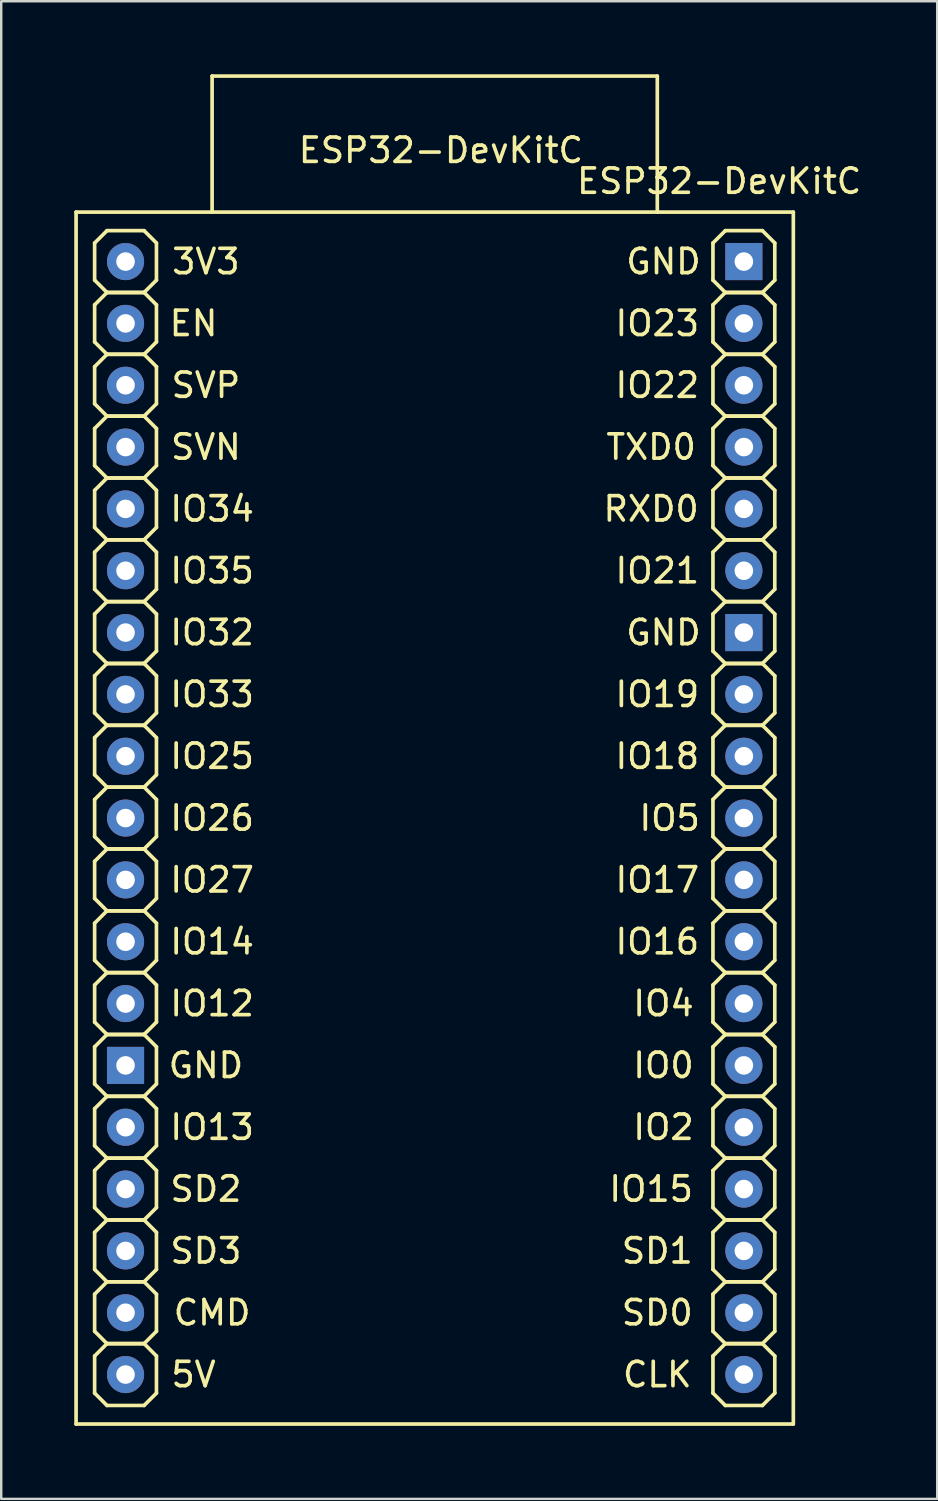
<source format=kicad_pcb>
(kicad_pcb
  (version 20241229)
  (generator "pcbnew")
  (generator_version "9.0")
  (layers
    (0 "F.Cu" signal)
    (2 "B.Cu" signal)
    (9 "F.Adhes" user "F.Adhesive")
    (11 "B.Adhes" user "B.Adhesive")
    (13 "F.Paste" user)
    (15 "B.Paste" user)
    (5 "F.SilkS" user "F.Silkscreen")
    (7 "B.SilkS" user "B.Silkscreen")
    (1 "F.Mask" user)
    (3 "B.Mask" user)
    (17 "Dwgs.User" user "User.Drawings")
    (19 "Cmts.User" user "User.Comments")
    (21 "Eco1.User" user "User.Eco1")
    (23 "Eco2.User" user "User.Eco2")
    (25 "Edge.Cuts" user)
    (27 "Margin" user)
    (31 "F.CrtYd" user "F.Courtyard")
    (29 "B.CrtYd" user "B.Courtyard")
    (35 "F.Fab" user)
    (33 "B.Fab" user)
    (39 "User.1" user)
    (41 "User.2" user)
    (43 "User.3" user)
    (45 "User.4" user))
  (footprint "ESP32-DevKitC"
    (layer "F.Cu")
    (at 14.807 30.555)
    (property "Reference" "ESP32-DevKitC" (at 11.684 -26.162 0) (layer "F.SilkS") (effects (font (size 1 1) (thickness 0.15))))
    (attr through_hole)
    (fp_line (start -14.732 -24.892) (end -14.732 24.892) (stroke (width 0.15) (type solid)) (layer "F.SilkS"))
    (fp_line (start -14.732 24.892) (end 14.732 24.892) (stroke (width 0.15) (type solid)) (layer "F.SilkS"))
    (fp_line (start -13.97 -23.622) (end -13.462 -24.13) (stroke (width 0.15) (type solid)) (layer "F.SilkS"))
    (fp_line (start -13.97 -22.098) (end -13.97 -23.622) (stroke (width 0.15) (type solid)) (layer "F.SilkS"))
    (fp_line (start -13.97 -21.082) (end -13.462 -21.59) (stroke (width 0.15) (type solid)) (layer "F.SilkS"))
    (fp_line (start -13.97 -19.558) (end -13.97 -21.082) (stroke (width 0.15) (type solid)) (layer "F.SilkS"))
    (fp_line (start -13.97 -18.542) (end -13.462 -19.05) (stroke (width 0.15) (type solid)) (layer "F.SilkS"))
    (fp_line (start -13.97 -17.018) (end -13.97 -18.542) (stroke (width 0.15) (type solid)) (layer "F.SilkS"))
    (fp_line (start -13.97 -16.002) (end -13.462 -16.51) (stroke (width 0.15) (type solid)) (layer "F.SilkS"))
    (fp_line (start -13.97 -14.478) (end -13.97 -16.002) (stroke (width 0.15) (type solid)) (layer "F.SilkS"))
    (fp_line (start -13.97 -13.462) (end -13.462 -13.97) (stroke (width 0.15) (type solid)) (layer "F.SilkS"))
    (fp_line (start -13.97 -11.938) (end -13.97 -13.462) (stroke (width 0.15) (type solid)) (layer "F.SilkS"))
    (fp_line (start -13.97 -10.922) (end -13.462 -11.43) (stroke (width 0.15) (type solid)) (layer "F.SilkS"))
    (fp_line (start -13.97 -9.398) (end -13.97 -10.922) (stroke (width 0.15) (type solid)) (layer "F.SilkS"))
    (fp_line (start -13.97 -8.382) (end -13.462 -8.89) (stroke (width 0.15) (type solid)) (layer "F.SilkS"))
    (fp_line (start -13.97 -6.858) (end -13.97 -8.382) (stroke (width 0.15) (type solid)) (layer "F.SilkS"))
    (fp_line (start -13.97 -5.842) (end -13.462 -6.35) (stroke (width 0.15) (type solid)) (layer "F.SilkS"))
    (fp_line (start -13.97 -4.318) (end -13.97 -5.842) (stroke (width 0.15) (type solid)) (layer "F.SilkS"))
    (fp_line (start -13.97 -3.302) (end -13.462 -3.81) (stroke (width 0.15) (type solid)) (layer "F.SilkS"))
    (fp_line (start -13.97 -1.778) (end -13.97 -3.302) (stroke (width 0.15) (type solid)) (layer "F.SilkS"))
    (fp_line (start -13.97 -0.762) (end -13.462 -1.27) (stroke (width 0.15) (type solid)) (layer "F.SilkS"))
    (fp_line (start -13.97 0.762) (end -13.97 -0.762) (stroke (width 0.15) (type solid)) (layer "F.SilkS"))
    (fp_line (start -13.97 1.778) (end -13.462 1.27) (stroke (width 0.15) (type solid)) (layer "F.SilkS"))
    (fp_line (start -13.97 3.302) (end -13.97 1.778) (stroke (width 0.15) (type solid)) (layer "F.SilkS"))
    (fp_line (start -13.97 4.318) (end -13.462 3.81) (stroke (width 0.15) (type solid)) (layer "F.SilkS"))
    (fp_line (start -13.97 5.842) (end -13.97 4.318) (stroke (width 0.15) (type solid)) (layer "F.SilkS"))
    (fp_line (start -13.97 6.858) (end -13.462 6.35) (stroke (width 0.15) (type solid)) (layer "F.SilkS"))
    (fp_line (start -13.97 8.382) (end -13.97 6.858) (stroke (width 0.15) (type solid)) (layer "F.SilkS"))
    (fp_line (start -13.97 9.398) (end -13.462 8.89) (stroke (width 0.15) (type solid)) (layer "F.SilkS"))
    (fp_line (start -13.97 10.922) (end -13.97 9.398) (stroke (width 0.15) (type solid)) (layer "F.SilkS"))
    (fp_line (start -13.97 11.938) (end -13.462 11.43) (stroke (width 0.15) (type solid)) (layer "F.SilkS"))
    (fp_line (start -13.97 13.462) (end -13.97 11.938) (stroke (width 0.15) (type solid)) (layer "F.SilkS"))
    (fp_line (start -13.97 14.478) (end -13.462 13.97) (stroke (width 0.15) (type solid)) (layer "F.SilkS"))
    (fp_line (start -13.97 16.002) (end -13.97 14.478) (stroke (width 0.15) (type solid)) (layer "F.SilkS"))
    (fp_line (start -13.97 17.018) (end -13.462 16.51) (stroke (width 0.15) (type solid)) (layer "F.SilkS"))
    (fp_line (start -13.97 18.542) (end -13.97 17.018) (stroke (width 0.15) (type solid)) (layer "F.SilkS"))
    (fp_line (start -13.97 19.558) (end -13.462 19.05) (stroke (width 0.15) (type solid)) (layer "F.SilkS"))
    (fp_line (start -13.97 21.082) (end -13.97 19.558) (stroke (width 0.15) (type solid)) (layer "F.SilkS"))
    (fp_line (start -13.97 22.098) (end -13.462 21.59) (stroke (width 0.15) (type solid)) (layer "F.SilkS"))
    (fp_line (start -13.97 23.622) (end -13.97 22.098) (stroke (width 0.15) (type solid)) (layer "F.SilkS"))
    (fp_line (start -13.462 -24.13) (end -11.938 -24.13) (stroke (width 0.15) (type solid)) (layer "F.SilkS"))
    (fp_line (start -13.462 -21.59) (end -13.97 -22.098) (stroke (width 0.15) (type solid)) (layer "F.SilkS"))
    (fp_line (start -13.462 -21.59) (end -11.938 -21.59) (stroke (width 0.15) (type solid)) (layer "F.SilkS"))
    (fp_line (start -13.462 -19.05) (end -13.97 -19.558) (stroke (width 0.15) (type solid)) (layer "F.SilkS"))
    (fp_line (start -13.462 -19.05) (end -11.938 -19.05) (stroke (width 0.15) (type solid)) (layer "F.SilkS"))
    (fp_line (start -13.462 -16.51) (end -13.97 -17.018) (stroke (width 0.15) (type solid)) (layer "F.SilkS"))
    (fp_line (start -13.462 -16.51) (end -11.938 -16.51) (stroke (width 0.15) (type solid)) (layer "F.SilkS"))
    (fp_line (start -13.462 -13.97) (end -13.97 -14.478) (stroke (width 0.15) (type solid)) (layer "F.SilkS"))
    (fp_line (start -13.462 -13.97) (end -11.938 -13.97) (stroke (width 0.15) (type solid)) (layer "F.SilkS"))
    (fp_line (start -13.462 -11.43) (end -13.97 -11.938) (stroke (width 0.15) (type solid)) (layer "F.SilkS"))
    (fp_line (start -13.462 -11.43) (end -11.938 -11.43) (stroke (width 0.15) (type solid)) (layer "F.SilkS"))
    (fp_line (start -13.462 -8.89) (end -13.97 -9.398) (stroke (width 0.15) (type solid)) (layer "F.SilkS"))
    (fp_line (start -13.462 -8.89) (end -11.938 -8.89) (stroke (width 0.15) (type solid)) (layer "F.SilkS"))
    (fp_line (start -13.462 -6.35) (end -13.97 -6.858) (stroke (width 0.15) (type solid)) (layer "F.SilkS"))
    (fp_line (start -13.462 -6.35) (end -11.938 -6.35) (stroke (width 0.15) (type solid)) (layer "F.SilkS"))
    (fp_line (start -13.462 -3.81) (end -13.97 -4.318) (stroke (width 0.15) (type solid)) (layer "F.SilkS"))
    (fp_line (start -13.462 -3.81) (end -11.938 -3.81) (stroke (width 0.15) (type solid)) (layer "F.SilkS"))
    (fp_line (start -13.462 -1.27) (end -13.97 -1.778) (stroke (width 0.15) (type solid)) (layer "F.SilkS"))
    (fp_line (start -13.462 -1.27) (end -11.938 -1.27) (stroke (width 0.15) (type solid)) (layer "F.SilkS"))
    (fp_line (start -13.462 1.27) (end -13.97 0.762) (stroke (width 0.15) (type solid)) (layer "F.SilkS"))
    (fp_line (start -13.462 1.27) (end -11.938 1.27) (stroke (width 0.15) (type solid)) (layer "F.SilkS"))
    (fp_line (start -13.462 3.81) (end -13.97 3.302) (stroke (width 0.15) (type solid)) (layer "F.SilkS"))
    (fp_line (start -13.462 3.81) (end -11.938 3.81) (stroke (width 0.15) (type solid)) (layer "F.SilkS"))
    (fp_line (start -13.462 6.35) (end -13.97 5.842) (stroke (width 0.15) (type solid)) (layer "F.SilkS"))
    (fp_line (start -13.462 6.35) (end -11.938 6.35) (stroke (width 0.15) (type solid)) (layer "F.SilkS"))
    (fp_line (start -13.462 8.89) (end -13.97 8.382) (stroke (width 0.15) (type solid)) (layer "F.SilkS"))
    (fp_line (start -13.462 8.89) (end -11.938 8.89) (stroke (width 0.15) (type solid)) (layer "F.SilkS"))
    (fp_line (start -13.462 11.43) (end -13.97 10.922) (stroke (width 0.15) (type solid)) (layer "F.SilkS"))
    (fp_line (start -13.462 11.43) (end -11.938 11.43) (stroke (width 0.15) (type solid)) (layer "F.SilkS"))
    (fp_line (start -13.462 13.97) (end -13.97 13.462) (stroke (width 0.15) (type solid)) (layer "F.SilkS"))
    (fp_line (start -13.462 13.97) (end -11.938 13.97) (stroke (width 0.15) (type solid)) (layer "F.SilkS"))
    (fp_line (start -13.462 16.51) (end -13.97 16.002) (stroke (width 0.15) (type solid)) (layer "F.SilkS"))
    (fp_line (start -13.462 16.51) (end -11.938 16.51) (stroke (width 0.15) (type solid)) (layer "F.SilkS"))
    (fp_line (start -13.462 19.05) (end -13.97 18.542) (stroke (width 0.15) (type solid)) (layer "F.SilkS"))
    (fp_line (start -13.462 19.05) (end -11.938 19.05) (stroke (width 0.15) (type solid)) (layer "F.SilkS"))
    (fp_line (start -13.462 21.59) (end -13.97 21.082) (stroke (width 0.15) (type solid)) (layer "F.SilkS"))
    (fp_line (start -13.462 21.59) (end -11.938 21.59) (stroke (width 0.15) (type solid)) (layer "F.SilkS"))
    (fp_line (start -13.462 24.13) (end -13.97 23.622) (stroke (width 0.15) (type solid)) (layer "F.SilkS"))
    (fp_line (start -11.938 -24.13) (end -11.43 -23.622) (stroke (width 0.15) (type solid)) (layer "F.SilkS"))
    (fp_line (start -11.938 -21.59) (end -13.462 -21.59) (stroke (width 0.15) (type solid)) (layer "F.SilkS"))
    (fp_line (start -11.938 -21.59) (end -11.43 -21.082) (stroke (width 0.15) (type solid)) (layer "F.SilkS"))
    (fp_line (start -11.938 -19.05) (end -13.462 -19.05) (stroke (width 0.15) (type solid)) (layer "F.SilkS"))
    (fp_line (start -11.938 -19.05) (end -11.43 -18.542) (stroke (width 0.15) (type solid)) (layer "F.SilkS"))
    (fp_line (start -11.938 -16.51) (end -13.462 -16.51) (stroke (width 0.15) (type solid)) (layer "F.SilkS"))
    (fp_line (start -11.938 -16.51) (end -11.43 -16.002) (stroke (width 0.15) (type solid)) (layer "F.SilkS"))
    (fp_line (start -11.938 -13.97) (end -13.462 -13.97) (stroke (width 0.15) (type solid)) (layer "F.SilkS"))
    (fp_line (start -11.938 -13.97) (end -11.43 -13.462) (stroke (width 0.15) (type solid)) (layer "F.SilkS"))
    (fp_line (start -11.938 -11.43) (end -13.462 -11.43) (stroke (width 0.15) (type solid)) (layer "F.SilkS"))
    (fp_line (start -11.938 -11.43) (end -11.43 -10.922) (stroke (width 0.15) (type solid)) (layer "F.SilkS"))
    (fp_line (start -11.938 -8.89) (end -13.462 -8.89) (stroke (width 0.15) (type solid)) (layer "F.SilkS"))
    (fp_line (start -11.938 -8.89) (end -11.43 -8.382) (stroke (width 0.15) (type solid)) (layer "F.SilkS"))
    (fp_line (start -11.938 -6.35) (end -13.462 -6.35) (stroke (width 0.15) (type solid)) (layer "F.SilkS"))
    (fp_line (start -11.938 -6.35) (end -11.43 -5.842) (stroke (width 0.15) (type solid)) (layer "F.SilkS"))
    (fp_line (start -11.938 -3.81) (end -13.462 -3.81) (stroke (width 0.15) (type solid)) (layer "F.SilkS"))
    (fp_line (start -11.938 -3.81) (end -11.43 -3.302) (stroke (width 0.15) (type solid)) (layer "F.SilkS"))
    (fp_line (start -11.938 -1.27) (end -13.462 -1.27) (stroke (width 0.15) (type solid)) (layer "F.SilkS"))
    (fp_line (start -11.938 -1.27) (end -11.43 -0.762) (stroke (width 0.15) (type solid)) (layer "F.SilkS"))
    (fp_line (start -11.938 1.27) (end -13.462 1.27) (stroke (width 0.15) (type solid)) (layer "F.SilkS"))
    (fp_line (start -11.938 1.27) (end -11.43 1.778) (stroke (width 0.15) (type solid)) (layer "F.SilkS"))
    (fp_line (start -11.938 3.81) (end -13.462 3.81) (stroke (width 0.15) (type solid)) (layer "F.SilkS"))
    (fp_line (start -11.938 3.81) (end -11.43 4.318) (stroke (width 0.15) (type solid)) (layer "F.SilkS"))
    (fp_line (start -11.938 6.35) (end -13.462 6.35) (stroke (width 0.15) (type solid)) (layer "F.SilkS"))
    (fp_line (start -11.938 6.35) (end -11.43 6.858) (stroke (width 0.15) (type solid)) (layer "F.SilkS"))
    (fp_line (start -11.938 8.89) (end -13.462 8.89) (stroke (width 0.15) (type solid)) (layer "F.SilkS"))
    (fp_line (start -11.938 8.89) (end -11.43 9.398) (stroke (width 0.15) (type solid)) (layer "F.SilkS"))
    (fp_line (start -11.938 11.43) (end -13.462 11.43) (stroke (width 0.15) (type solid)) (layer "F.SilkS"))
    (fp_line (start -11.938 11.43) (end -11.43 11.938) (stroke (width 0.15) (type solid)) (layer "F.SilkS"))
    (fp_line (start -11.938 13.97) (end -13.462 13.97) (stroke (width 0.15) (type solid)) (layer "F.SilkS"))
    (fp_line (start -11.938 13.97) (end -11.43 14.478) (stroke (width 0.15) (type solid)) (layer "F.SilkS"))
    (fp_line (start -11.938 16.51) (end -13.462 16.51) (stroke (width 0.15) (type solid)) (layer "F.SilkS"))
    (fp_line (start -11.938 16.51) (end -11.43 17.018) (stroke (width 0.15) (type solid)) (layer "F.SilkS"))
    (fp_line (start -11.938 19.05) (end -13.462 19.05) (stroke (width 0.15) (type solid)) (layer "F.SilkS"))
    (fp_line (start -11.938 19.05) (end -11.43 19.558) (stroke (width 0.15) (type solid)) (layer "F.SilkS"))
    (fp_line (start -11.938 21.59) (end -13.462 21.59) (stroke (width 0.15) (type solid)) (layer "F.SilkS"))
    (fp_line (start -11.938 21.59) (end -11.43 22.098) (stroke (width 0.15) (type solid)) (layer "F.SilkS"))
    (fp_line (start -11.938 24.13) (end -13.462 24.13) (stroke (width 0.15) (type solid)) (layer "F.SilkS"))
    (fp_line (start -11.43 -23.622) (end -11.43 -22.098) (stroke (width 0.15) (type solid)) (layer "F.SilkS"))
    (fp_line (start -11.43 -22.098) (end -11.938 -21.59) (stroke (width 0.15) (type solid)) (layer "F.SilkS"))
    (fp_line (start -11.43 -21.082) (end -11.43 -19.558) (stroke (width 0.15) (type solid)) (layer "F.SilkS"))
    (fp_line (start -11.43 -19.558) (end -11.938 -19.05) (stroke (width 0.15) (type solid)) (layer "F.SilkS"))
    (fp_line (start -11.43 -18.542) (end -11.43 -17.018) (stroke (width 0.15) (type solid)) (layer "F.SilkS"))
    (fp_line (start -11.43 -17.018) (end -11.938 -16.51) (stroke (width 0.15) (type solid)) (layer "F.SilkS"))
    (fp_line (start -11.43 -16.002) (end -11.43 -14.478) (stroke (width 0.15) (type solid)) (layer "F.SilkS"))
    (fp_line (start -11.43 -14.478) (end -11.938 -13.97) (stroke (width 0.15) (type solid)) (layer "F.SilkS"))
    (fp_line (start -11.43 -13.462) (end -11.43 -11.938) (stroke (width 0.15) (type solid)) (layer "F.SilkS"))
    (fp_line (start -11.43 -11.938) (end -11.938 -11.43) (stroke (width 0.15) (type solid)) (layer "F.SilkS"))
    (fp_line (start -11.43 -10.922) (end -11.43 -9.398) (stroke (width 0.15) (type solid)) (layer "F.SilkS"))
    (fp_line (start -11.43 -9.398) (end -11.938 -8.89) (stroke (width 0.15) (type solid)) (layer "F.SilkS"))
    (fp_line (start -11.43 -8.382) (end -11.43 -6.858) (stroke (width 0.15) (type solid)) (layer "F.SilkS"))
    (fp_line (start -11.43 -6.858) (end -11.938 -6.35) (stroke (width 0.15) (type solid)) (layer "F.SilkS"))
    (fp_line (start -11.43 -5.842) (end -11.43 -4.318) (stroke (width 0.15) (type solid)) (layer "F.SilkS"))
    (fp_line (start -11.43 -4.318) (end -11.938 -3.81) (stroke (width 0.15) (type solid)) (layer "F.SilkS"))
    (fp_line (start -11.43 -3.302) (end -11.43 -1.778) (stroke (width 0.15) (type solid)) (layer "F.SilkS"))
    (fp_line (start -11.43 -1.778) (end -11.938 -1.27) (stroke (width 0.15) (type solid)) (layer "F.SilkS"))
    (fp_line (start -11.43 -0.762) (end -11.43 0.762) (stroke (width 0.15) (type solid)) (layer "F.SilkS"))
    (fp_line (start -11.43 0.762) (end -11.938 1.27) (stroke (width 0.15) (type solid)) (layer "F.SilkS"))
    (fp_line (start -11.43 1.778) (end -11.43 3.302) (stroke (width 0.15) (type solid)) (layer "F.SilkS"))
    (fp_line (start -11.43 3.302) (end -11.938 3.81) (stroke (width 0.15) (type solid)) (layer "F.SilkS"))
    (fp_line (start -11.43 4.318) (end -11.43 5.842) (stroke (width 0.15) (type solid)) (layer "F.SilkS"))
    (fp_line (start -11.43 5.842) (end -11.938 6.35) (stroke (width 0.15) (type solid)) (layer "F.SilkS"))
    (fp_line (start -11.43 6.858) (end -11.43 8.382) (stroke (width 0.15) (type solid)) (layer "F.SilkS"))
    (fp_line (start -11.43 8.382) (end -11.938 8.89) (stroke (width 0.15) (type solid)) (layer "F.SilkS"))
    (fp_line (start -11.43 9.398) (end -11.43 10.922) (stroke (width 0.15) (type solid)) (layer "F.SilkS"))
    (fp_line (start -11.43 10.922) (end -11.938 11.43) (stroke (width 0.15) (type solid)) (layer "F.SilkS"))
    (fp_line (start -11.43 11.938) (end -11.43 13.462) (stroke (width 0.15) (type solid)) (layer "F.SilkS"))
    (fp_line (start -11.43 13.462) (end -11.938 13.97) (stroke (width 0.15) (type solid)) (layer "F.SilkS"))
    (fp_line (start -11.43 14.478) (end -11.43 16.002) (stroke (width 0.15) (type solid)) (layer "F.SilkS"))
    (fp_line (start -11.43 16.002) (end -11.938 16.51) (stroke (width 0.15) (type solid)) (layer "F.SilkS"))
    (fp_line (start -11.43 17.018) (end -11.43 18.542) (stroke (width 0.15) (type solid)) (layer "F.SilkS"))
    (fp_line (start -11.43 18.542) (end -11.938 19.05) (stroke (width 0.15) (type solid)) (layer "F.SilkS"))
    (fp_line (start -11.43 19.558) (end -11.43 21.082) (stroke (width 0.15) (type solid)) (layer "F.SilkS"))
    (fp_line (start -11.43 21.082) (end -11.938 21.59) (stroke (width 0.15) (type solid)) (layer "F.SilkS"))
    (fp_line (start -11.43 22.098) (end -11.43 23.622) (stroke (width 0.15) (type solid)) (layer "F.SilkS"))
    (fp_line (start -11.43 23.622) (end -11.938 24.13) (stroke (width 0.15) (type solid)) (layer "F.SilkS"))
    (fp_line (start -9.144 -30.48) (end 9.144 -30.48) (stroke (width 0.15) (type solid)) (layer "F.SilkS"))
    (fp_line (start -9.144 -24.892) (end -9.144 -30.48) (stroke (width 0.15) (type solid)) (layer "F.SilkS"))
    (fp_line (start 9.144 -30.48) (end 9.144 -24.892) (stroke (width 0.15) (type solid)) (layer "F.SilkS"))
    (fp_line (start 11.43 -23.622) (end 11.938 -24.13) (stroke (width 0.15) (type solid)) (layer "F.SilkS"))
    (fp_line (start 11.43 -22.098) (end 11.43 -23.622) (stroke (width 0.15) (type solid)) (layer "F.SilkS"))
    (fp_line (start 11.43 -21.082) (end 11.938 -21.59) (stroke (width 0.15) (type solid)) (layer "F.SilkS"))
    (fp_line (start 11.43 -19.558) (end 11.43 -21.082) (stroke (width 0.15) (type solid)) (layer "F.SilkS"))
    (fp_line (start 11.43 -18.542) (end 11.938 -19.05) (stroke (width 0.15) (type solid)) (layer "F.SilkS"))
    (fp_line (start 11.43 -17.018) (end 11.43 -18.542) (stroke (width 0.15) (type solid)) (layer "F.SilkS"))
    (fp_line (start 11.43 -16.002) (end 11.938 -16.51) (stroke (width 0.15) (type solid)) (layer "F.SilkS"))
    (fp_line (start 11.43 -14.478) (end 11.43 -16.002) (stroke (width 0.15) (type solid)) (layer "F.SilkS"))
    (fp_line (start 11.43 -13.462) (end 11.938 -13.97) (stroke (width 0.15) (type solid)) (layer "F.SilkS"))
    (fp_line (start 11.43 -11.938) (end 11.43 -13.462) (stroke (width 0.15) (type solid)) (layer "F.SilkS"))
    (fp_line (start 11.43 -10.922) (end 11.938 -11.43) (stroke (width 0.15) (type solid)) (layer "F.SilkS"))
    (fp_line (start 11.43 -9.398) (end 11.43 -10.922) (stroke (width 0.15) (type solid)) (layer "F.SilkS"))
    (fp_line (start 11.43 -8.382) (end 11.938 -8.89) (stroke (width 0.15) (type solid)) (layer "F.SilkS"))
    (fp_line (start 11.43 -6.858) (end 11.43 -8.382) (stroke (width 0.15) (type solid)) (layer "F.SilkS"))
    (fp_line (start 11.43 -5.842) (end 11.938 -6.35) (stroke (width 0.15) (type solid)) (layer "F.SilkS"))
    (fp_line (start 11.43 -4.318) (end 11.43 -5.842) (stroke (width 0.15) (type solid)) (layer "F.SilkS"))
    (fp_line (start 11.43 -3.302) (end 11.938 -3.81) (stroke (width 0.15) (type solid)) (layer "F.SilkS"))
    (fp_line (start 11.43 -1.778) (end 11.43 -3.302) (stroke (width 0.15) (type solid)) (layer "F.SilkS"))
    (fp_line (start 11.43 -0.762) (end 11.938 -1.27) (stroke (width 0.15) (type solid)) (layer "F.SilkS"))
    (fp_line (start 11.43 0.762) (end 11.43 -0.762) (stroke (width 0.15) (type solid)) (layer "F.SilkS"))
    (fp_line (start 11.43 1.778) (end 11.938 1.27) (stroke (width 0.15) (type solid)) (layer "F.SilkS"))
    (fp_line (start 11.43 3.302) (end 11.43 1.778) (stroke (width 0.15) (type solid)) (layer "F.SilkS"))
    (fp_line (start 11.43 4.318) (end 11.938 3.81) (stroke (width 0.15) (type solid)) (layer "F.SilkS"))
    (fp_line (start 11.43 5.842) (end 11.43 4.318) (stroke (width 0.15) (type solid)) (layer "F.SilkS"))
    (fp_line (start 11.43 6.858) (end 11.938 6.35) (stroke (width 0.15) (type solid)) (layer "F.SilkS"))
    (fp_line (start 11.43 8.382) (end 11.43 6.858) (stroke (width 0.15) (type solid)) (layer "F.SilkS"))
    (fp_line (start 11.43 9.398) (end 11.938 8.89) (stroke (width 0.15) (type solid)) (layer "F.SilkS"))
    (fp_line (start 11.43 10.922) (end 11.43 9.398) (stroke (width 0.15) (type solid)) (layer "F.SilkS"))
    (fp_line (start 11.43 11.938) (end 11.938 11.43) (stroke (width 0.15) (type solid)) (layer "F.SilkS"))
    (fp_line (start 11.43 13.462) (end 11.43 11.938) (stroke (width 0.15) (type solid)) (layer "F.SilkS"))
    (fp_line (start 11.43 14.478) (end 11.938 13.97) (stroke (width 0.15) (type solid)) (layer "F.SilkS"))
    (fp_line (start 11.43 16.002) (end 11.43 14.478) (stroke (width 0.15) (type solid)) (layer "F.SilkS"))
    (fp_line (start 11.43 17.018) (end 11.938 16.51) (stroke (width 0.15) (type solid)) (layer "F.SilkS"))
    (fp_line (start 11.43 18.542) (end 11.43 17.018) (stroke (width 0.15) (type solid)) (layer "F.SilkS"))
    (fp_line (start 11.43 19.558) (end 11.938 19.05) (stroke (width 0.15) (type solid)) (layer "F.SilkS"))
    (fp_line (start 11.43 21.082) (end 11.43 19.558) (stroke (width 0.15) (type solid)) (layer "F.SilkS"))
    (fp_line (start 11.43 22.098) (end 11.938 21.59) (stroke (width 0.15) (type solid)) (layer "F.SilkS"))
    (fp_line (start 11.43 23.622) (end 11.43 22.098) (stroke (width 0.15) (type solid)) (layer "F.SilkS"))
    (fp_line (start 11.938 -24.13) (end 13.462 -24.13) (stroke (width 0.15) (type solid)) (layer "F.SilkS"))
    (fp_line (start 11.938 -21.59) (end 11.43 -22.098) (stroke (width 0.15) (type solid)) (layer "F.SilkS"))
    (fp_line (start 11.938 -21.59) (end 13.462 -21.59) (stroke (width 0.15) (type solid)) (layer "F.SilkS"))
    (fp_line (start 11.938 -19.05) (end 11.43 -19.558) (stroke (width 0.15) (type solid)) (layer "F.SilkS"))
    (fp_line (start 11.938 -19.05) (end 13.462 -19.05) (stroke (width 0.15) (type solid)) (layer "F.SilkS"))
    (fp_line (start 11.938 -16.51) (end 11.43 -17.018) (stroke (width 0.15) (type solid)) (layer "F.SilkS"))
    (fp_line (start 11.938 -16.51) (end 13.462 -16.51) (stroke (width 0.15) (type solid)) (layer "F.SilkS"))
    (fp_line (start 11.938 -13.97) (end 11.43 -14.478) (stroke (width 0.15) (type solid)) (layer "F.SilkS"))
    (fp_line (start 11.938 -13.97) (end 13.462 -13.97) (stroke (width 0.15) (type solid)) (layer "F.SilkS"))
    (fp_line (start 11.938 -11.43) (end 11.43 -11.938) (stroke (width 0.15) (type solid)) (layer "F.SilkS"))
    (fp_line (start 11.938 -11.43) (end 13.462 -11.43) (stroke (width 0.15) (type solid)) (layer "F.SilkS"))
    (fp_line (start 11.938 -8.89) (end 11.43 -9.398) (stroke (width 0.15) (type solid)) (layer "F.SilkS"))
    (fp_line (start 11.938 -8.89) (end 13.462 -8.89) (stroke (width 0.15) (type solid)) (layer "F.SilkS"))
    (fp_line (start 11.938 -6.35) (end 11.43 -6.858) (stroke (width 0.15) (type solid)) (layer "F.SilkS"))
    (fp_line (start 11.938 -6.35) (end 13.462 -6.35) (stroke (width 0.15) (type solid)) (layer "F.SilkS"))
    (fp_line (start 11.938 -3.81) (end 11.43 -4.318) (stroke (width 0.15) (type solid)) (layer "F.SilkS"))
    (fp_line (start 11.938 -3.81) (end 13.462 -3.81) (stroke (width 0.15) (type solid)) (layer "F.SilkS"))
    (fp_line (start 11.938 -1.27) (end 11.43 -1.778) (stroke (width 0.15) (type solid)) (layer "F.SilkS"))
    (fp_line (start 11.938 -1.27) (end 13.462 -1.27) (stroke (width 0.15) (type solid)) (layer "F.SilkS"))
    (fp_line (start 11.938 1.27) (end 11.43 0.762) (stroke (width 0.15) (type solid)) (layer "F.SilkS"))
    (fp_line (start 11.938 1.27) (end 13.462 1.27) (stroke (width 0.15) (type solid)) (layer "F.SilkS"))
    (fp_line (start 11.938 3.81) (end 11.43 3.302) (stroke (width 0.15) (type solid)) (layer "F.SilkS"))
    (fp_line (start 11.938 3.81) (end 13.462 3.81) (stroke (width 0.15) (type solid)) (layer "F.SilkS"))
    (fp_line (start 11.938 6.35) (end 11.43 5.842) (stroke (width 0.15) (type solid)) (layer "F.SilkS"))
    (fp_line (start 11.938 6.35) (end 13.462 6.35) (stroke (width 0.15) (type solid)) (layer "F.SilkS"))
    (fp_line (start 11.938 8.89) (end 11.43 8.382) (stroke (width 0.15) (type solid)) (layer "F.SilkS"))
    (fp_line (start 11.938 8.89) (end 13.462 8.89) (stroke (width 0.15) (type solid)) (layer "F.SilkS"))
    (fp_line (start 11.938 11.43) (end 11.43 10.922) (stroke (width 0.15) (type solid)) (layer "F.SilkS"))
    (fp_line (start 11.938 11.43) (end 13.462 11.43) (stroke (width 0.15) (type solid)) (layer "F.SilkS"))
    (fp_line (start 11.938 13.97) (end 11.43 13.462) (stroke (width 0.15) (type solid)) (layer "F.SilkS"))
    (fp_line (start 11.938 13.97) (end 13.462 13.97) (stroke (width 0.15) (type solid)) (layer "F.SilkS"))
    (fp_line (start 11.938 16.51) (end 11.43 16.002) (stroke (width 0.15) (type solid)) (layer "F.SilkS"))
    (fp_line (start 11.938 16.51) (end 13.462 16.51) (stroke (width 0.15) (type solid)) (layer "F.SilkS"))
    (fp_line (start 11.938 19.05) (end 11.43 18.542) (stroke (width 0.15) (type solid)) (layer "F.SilkS"))
    (fp_line (start 11.938 19.05) (end 13.462 19.05) (stroke (width 0.15) (type solid)) (layer "F.SilkS"))
    (fp_line (start 11.938 21.59) (end 11.43 21.082) (stroke (width 0.15) (type solid)) (layer "F.SilkS"))
    (fp_line (start 11.938 21.59) (end 13.462 21.59) (stroke (width 0.15) (type solid)) (layer "F.SilkS"))
    (fp_line (start 11.938 24.13) (end 11.43 23.622) (stroke (width 0.15) (type solid)) (layer "F.SilkS"))
    (fp_line (start 13.462 -24.13) (end 13.97 -23.622) (stroke (width 0.15) (type solid)) (layer "F.SilkS"))
    (fp_line (start 13.462 -21.59) (end 11.938 -21.59) (stroke (width 0.15) (type solid)) (layer "F.SilkS"))
    (fp_line (start 13.462 -21.59) (end 13.97 -21.082) (stroke (width 0.15) (type solid)) (layer "F.SilkS"))
    (fp_line (start 13.462 -19.05) (end 11.938 -19.05) (stroke (width 0.15) (type solid)) (layer "F.SilkS"))
    (fp_line (start 13.462 -19.05) (end 13.97 -18.542) (stroke (width 0.15) (type solid)) (layer "F.SilkS"))
    (fp_line (start 13.462 -16.51) (end 11.938 -16.51) (stroke (width 0.15) (type solid)) (layer "F.SilkS"))
    (fp_line (start 13.462 -16.51) (end 13.97 -16.002) (stroke (width 0.15) (type solid)) (layer "F.SilkS"))
    (fp_line (start 13.462 -13.97) (end 11.938 -13.97) (stroke (width 0.15) (type solid)) (layer "F.SilkS"))
    (fp_line (start 13.462 -13.97) (end 13.97 -13.462) (stroke (width 0.15) (type solid)) (layer "F.SilkS"))
    (fp_line (start 13.462 -11.43) (end 11.938 -11.43) (stroke (width 0.15) (type solid)) (layer "F.SilkS"))
    (fp_line (start 13.462 -11.43) (end 13.97 -10.922) (stroke (width 0.15) (type solid)) (layer "F.SilkS"))
    (fp_line (start 13.462 -8.89) (end 11.938 -8.89) (stroke (width 0.15) (type solid)) (layer "F.SilkS"))
    (fp_line (start 13.462 -8.89) (end 13.97 -8.382) (stroke (width 0.15) (type solid)) (layer "F.SilkS"))
    (fp_line (start 13.462 -6.35) (end 11.938 -6.35) (stroke (width 0.15) (type solid)) (layer "F.SilkS"))
    (fp_line (start 13.462 -6.35) (end 13.97 -5.842) (stroke (width 0.15) (type solid)) (layer "F.SilkS"))
    (fp_line (start 13.462 -3.81) (end 11.938 -3.81) (stroke (width 0.15) (type solid)) (layer "F.SilkS"))
    (fp_line (start 13.462 -3.81) (end 13.97 -3.302) (stroke (width 0.15) (type solid)) (layer "F.SilkS"))
    (fp_line (start 13.462 -1.27) (end 11.938 -1.27) (stroke (width 0.15) (type solid)) (layer "F.SilkS"))
    (fp_line (start 13.462 -1.27) (end 13.97 -0.762) (stroke (width 0.15) (type solid)) (layer "F.SilkS"))
    (fp_line (start 13.462 1.27) (end 11.938 1.27) (stroke (width 0.15) (type solid)) (layer "F.SilkS"))
    (fp_line (start 13.462 1.27) (end 13.97 1.778) (stroke (width 0.15) (type solid)) (layer "F.SilkS"))
    (fp_line (start 13.462 3.81) (end 11.938 3.81) (stroke (width 0.15) (type solid)) (layer "F.SilkS"))
    (fp_line (start 13.462 3.81) (end 13.97 4.318) (stroke (width 0.15) (type solid)) (layer "F.SilkS"))
    (fp_line (start 13.462 6.35) (end 11.938 6.35) (stroke (width 0.15) (type solid)) (layer "F.SilkS"))
    (fp_line (start 13.462 6.35) (end 13.97 6.858) (stroke (width 0.15) (type solid)) (layer "F.SilkS"))
    (fp_line (start 13.462 8.89) (end 11.938 8.89) (stroke (width 0.15) (type solid)) (layer "F.SilkS"))
    (fp_line (start 13.462 8.89) (end 13.97 9.398) (stroke (width 0.15) (type solid)) (layer "F.SilkS"))
    (fp_line (start 13.462 11.43) (end 11.938 11.43) (stroke (width 0.15) (type solid)) (layer "F.SilkS"))
    (fp_line (start 13.462 11.43) (end 13.97 11.938) (stroke (width 0.15) (type solid)) (layer "F.SilkS"))
    (fp_line (start 13.462 13.97) (end 11.938 13.97) (stroke (width 0.15) (type solid)) (layer "F.SilkS"))
    (fp_line (start 13.462 13.97) (end 13.97 14.478) (stroke (width 0.15) (type solid)) (layer "F.SilkS"))
    (fp_line (start 13.462 16.51) (end 11.938 16.51) (stroke (width 0.15) (type solid)) (layer "F.SilkS"))
    (fp_line (start 13.462 16.51) (end 13.97 17.018) (stroke (width 0.15) (type solid)) (layer "F.SilkS"))
    (fp_line (start 13.462 19.05) (end 11.938 19.05) (stroke (width 0.15) (type solid)) (layer "F.SilkS"))
    (fp_line (start 13.462 19.05) (end 13.97 19.558) (stroke (width 0.15) (type solid)) (layer "F.SilkS"))
    (fp_line (start 13.462 21.59) (end 11.938 21.59) (stroke (width 0.15) (type solid)) (layer "F.SilkS"))
    (fp_line (start 13.462 21.59) (end 13.97 22.098) (stroke (width 0.15) (type solid)) (layer "F.SilkS"))
    (fp_line (start 13.462 24.13) (end 11.938 24.13) (stroke (width 0.15) (type solid)) (layer "F.SilkS"))
    (fp_line (start 13.97 -23.622) (end 13.97 -22.098) (stroke (width 0.15) (type solid)) (layer "F.SilkS"))
    (fp_line (start 13.97 -22.098) (end 13.462 -21.59) (stroke (width 0.15) (type solid)) (layer "F.SilkS"))
    (fp_line (start 13.97 -21.082) (end 13.97 -19.558) (stroke (width 0.15) (type solid)) (layer "F.SilkS"))
    (fp_line (start 13.97 -19.558) (end 13.462 -19.05) (stroke (width 0.15) (type solid)) (layer "F.SilkS"))
    (fp_line (start 13.97 -18.542) (end 13.97 -17.018) (stroke (width 0.15) (type solid)) (layer "F.SilkS"))
    (fp_line (start 13.97 -17.018) (end 13.462 -16.51) (stroke (width 0.15) (type solid)) (layer "F.SilkS"))
    (fp_line (start 13.97 -16.002) (end 13.97 -14.478) (stroke (width 0.15) (type solid)) (layer "F.SilkS"))
    (fp_line (start 13.97 -14.478) (end 13.462 -13.97) (stroke (width 0.15) (type solid)) (layer "F.SilkS"))
    (fp_line (start 13.97 -13.462) (end 13.97 -11.938) (stroke (width 0.15) (type solid)) (layer "F.SilkS"))
    (fp_line (start 13.97 -11.938) (end 13.462 -11.43) (stroke (width 0.15) (type solid)) (layer "F.SilkS"))
    (fp_line (start 13.97 -10.922) (end 13.97 -9.398) (stroke (width 0.15) (type solid)) (layer "F.SilkS"))
    (fp_line (start 13.97 -9.398) (end 13.462 -8.89) (stroke (width 0.15) (type solid)) (layer "F.SilkS"))
    (fp_line (start 13.97 -8.382) (end 13.97 -6.858) (stroke (width 0.15) (type solid)) (layer "F.SilkS"))
    (fp_line (start 13.97 -6.858) (end 13.462 -6.35) (stroke (width 0.15) (type solid)) (layer "F.SilkS"))
    (fp_line (start 13.97 -5.842) (end 13.97 -4.318) (stroke (width 0.15) (type solid)) (layer "F.SilkS"))
    (fp_line (start 13.97 -4.318) (end 13.462 -3.81) (stroke (width 0.15) (type solid)) (layer "F.SilkS"))
    (fp_line (start 13.97 -3.302) (end 13.97 -1.778) (stroke (width 0.15) (type solid)) (layer "F.SilkS"))
    (fp_line (start 13.97 -1.778) (end 13.462 -1.27) (stroke (width 0.15) (type solid)) (layer "F.SilkS"))
    (fp_line (start 13.97 -0.762) (end 13.97 0.762) (stroke (width 0.15) (type solid)) (layer "F.SilkS"))
    (fp_line (start 13.97 0.762) (end 13.462 1.27) (stroke (width 0.15) (type solid)) (layer "F.SilkS"))
    (fp_line (start 13.97 1.778) (end 13.97 3.302) (stroke (width 0.15) (type solid)) (layer "F.SilkS"))
    (fp_line (start 13.97 3.302) (end 13.462 3.81) (stroke (width 0.15) (type solid)) (layer "F.SilkS"))
    (fp_line (start 13.97 4.318) (end 13.97 5.842) (stroke (width 0.15) (type solid)) (layer "F.SilkS"))
    (fp_line (start 13.97 5.842) (end 13.462 6.35) (stroke (width 0.15) (type solid)) (layer "F.SilkS"))
    (fp_line (start 13.97 6.858) (end 13.97 8.382) (stroke (width 0.15) (type solid)) (layer "F.SilkS"))
    (fp_line (start 13.97 8.382) (end 13.462 8.89) (stroke (width 0.15) (type solid)) (layer "F.SilkS"))
    (fp_line (start 13.97 9.398) (end 13.97 10.922) (stroke (width 0.15) (type solid)) (layer "F.SilkS"))
    (fp_line (start 13.97 10.922) (end 13.462 11.43) (stroke (width 0.15) (type solid)) (layer "F.SilkS"))
    (fp_line (start 13.97 11.938) (end 13.97 13.462) (stroke (width 0.15) (type solid)) (layer "F.SilkS"))
    (fp_line (start 13.97 13.462) (end 13.462 13.97) (stroke (width 0.15) (type solid)) (layer "F.SilkS"))
    (fp_line (start 13.97 14.478) (end 13.97 16.002) (stroke (width 0.15) (type solid)) (layer "F.SilkS"))
    (fp_line (start 13.97 16.002) (end 13.462 16.51) (stroke (width 0.15) (type solid)) (layer "F.SilkS"))
    (fp_line (start 13.97 17.018) (end 13.97 18.542) (stroke (width 0.15) (type solid)) (layer "F.SilkS"))
    (fp_line (start 13.97 18.542) (end 13.462 19.05) (stroke (width 0.15) (type solid)) (layer "F.SilkS"))
    (fp_line (start 13.97 19.558) (end 13.97 21.082) (stroke (width 0.15) (type solid)) (layer "F.SilkS"))
    (fp_line (start 13.97 21.082) (end 13.462 21.59) (stroke (width 0.15) (type solid)) (layer "F.SilkS"))
    (fp_line (start 13.97 22.098) (end 13.97 23.622) (stroke (width 0.15) (type solid)) (layer "F.SilkS"))
    (fp_line (start 13.97 23.622) (end 13.462 24.13) (stroke (width 0.15) (type solid)) (layer "F.SilkS"))
    (fp_line (start 14.732 -24.892) (end -14.732 -24.892) (stroke (width 0.15) (type solid)) (layer "F.SilkS"))
    (fp_line (start 14.732 24.892) (end 14.732 -24.892) (stroke (width 0.15) (type solid)) (layer "F.SilkS"))
    (fp_text user "5V" (at -9.906 22.86 0) (layer "F.SilkS") (effects (font (size 1 1) (thickness 0.15))))
    (fp_text user "ESP32-DevKitC" (at 0.254 -27.432 0) (layer "F.SilkS") (effects (font (size 1 1) (thickness 0.15))))
    (fp_text user "IO4" (at 9.398 7.62 0) (layer "F.SilkS") (effects (font (size 1 1) (thickness 0.15))))
    (fp_text user "SD0" (at 9.144 20.32 0) (layer "F.SilkS") (effects (font (size 1 1) (thickness 0.15))))
    (fp_text user "IO25" (at -9.144 -2.54 0) (layer "F.SilkS") (effects (font (size 1 1) (thickness 0.15))))
    (fp_text user "SD1" (at 9.144 17.78 0) (layer "F.SilkS") (effects (font (size 1 1) (thickness 0.15))))
    (fp_text user "CLK" (at 9.144 22.86 0) (layer "F.SilkS") (effects (font (size 1 1) (thickness 0.15))))
    (fp_text user "IO23" (at 9.144 -20.32 0) (layer "F.SilkS") (effects (font (size 1 1) (thickness 0.15))))
    (fp_text user "IO12" (at -9.144 7.62 0) (layer "F.SilkS") (effects (font (size 1 1) (thickness 0.15))))
    (fp_text user "IO0" (at 9.398 10.16 0) (layer "F.SilkS") (effects (font (size 1 1) (thickness 0.15))))
    (fp_text user "TXD0" (at 8.89 -15.24 0) (layer "F.SilkS") (effects (font (size 1 1) (thickness 0.15))))
    (fp_text user "IO32" (at -9.144 -7.62 0) (layer "F.SilkS") (effects (font (size 1 1) (thickness 0.15))))
    (fp_text user "IO18" (at 9.144 -2.54 0) (layer "F.SilkS") (effects (font (size 1 1) (thickness 0.15))))
    (fp_text user "IO17" (at 9.144 2.54 0) (layer "F.SilkS") (effects (font (size 1 1) (thickness 0.15))))
    (fp_text user "GND" (at -9.398 10.16 0) (layer "F.SilkS") (effects (font (size 1 1) (thickness 0.15))))
    (fp_text user "IO13" (at -9.144 12.7 0) (layer "F.SilkS") (effects (font (size 1 1) (thickness 0.15))))
    (fp_text user "SVN" (at -9.398 -15.24 0) (layer "F.SilkS") (effects (font (size 1 1) (thickness 0.15))))
    (fp_text user "SVP" (at -9.398 -17.78 0) (layer "F.SilkS") (effects (font (size 1 1) (thickness 0.15))))
    (fp_text user "EN" (at -9.906 -20.32 0) (layer "F.SilkS") (effects (font (size 1 1) (thickness 0.15))))
    (fp_text user "SD2" (at -9.398 15.24 0) (layer "F.SilkS") (effects (font (size 1 1) (thickness 0.15))))
    (fp_text user "IO34" (at -9.144 -12.7 0) (layer "F.SilkS") (effects (font (size 1 1) (thickness 0.15))))
    (fp_text user "IO26" (at -9.144 0 0) (layer "F.SilkS") (effects (font (size 1 1) (thickness 0.15))))
    (fp_text user "GND" (at 9.398 -22.86 0) (layer "F.SilkS") (effects (font (size 1 1) (thickness 0.15))))
    (fp_text user "GND" (at 9.398 -7.62 0) (layer "F.SilkS") (effects (font (size 1 1) (thickness 0.15))))
    (fp_text user "IO19" (at 9.144 -5.08 0) (layer "F.SilkS") (effects (font (size 1 1) (thickness 0.15))))
    (fp_text user "IO21" (at 9.144 -10.16 0) (layer "F.SilkS") (effects (font (size 1 1) (thickness 0.15))))
    (fp_text user "CMD" (at -9.144 20.32 0) (layer "F.SilkS") (effects (font (size 1 1) (thickness 0.15))))
    (fp_text user "IO33" (at -9.144 -5.08 0) (layer "F.SilkS") (effects (font (size 1 1) (thickness 0.15))))
    (fp_text user "IO35" (at -9.144 -10.16 0) (layer "F.SilkS") (effects (font (size 1 1) (thickness 0.15))))
    (fp_text user "3V3" (at -9.398 -22.86 0) (layer "F.SilkS") (effects (font (size 1 1) (thickness 0.15))))
    (fp_text user "IO22" (at 9.144 -17.78 0) (layer "F.SilkS") (effects (font (size 1 1) (thickness 0.15))))
    (fp_text user "IO2" (at 9.398 12.7 0) (layer "F.SilkS") (effects (font (size 1 1) (thickness 0.15))))
    (fp_text user "IO5" (at 9.652 0 0) (layer "F.SilkS") (effects (font (size 1 1) (thickness 0.15))))
    (fp_text user "RXD0" (at 8.89 -12.7 0) (layer "F.SilkS") (effects (font (size 1 1) (thickness 0.15))))
    (fp_text user "IO27" (at -9.144 2.54 0) (layer "F.SilkS") (effects (font (size 1 1) (thickness 0.15))))
    (fp_text user "SD3" (at -9.398 17.78 0) (layer "F.SilkS") (effects (font (size 1 1) (thickness 0.15))))
    (fp_text user "IO14" (at -9.144 5.08 0) (layer "F.SilkS") (effects (font (size 1 1) (thickness 0.15))))
    (fp_text user "IO16" (at 9.144 5.08 0) (layer "F.SilkS") (effects (font (size 1 1) (thickness 0.15))))
    (fp_text user "IO15" (at 8.89 15.24 0) (layer "F.SilkS") (effects (font (size 1 1) (thickness 0.15))))
    (pad "1" thru_hole circle (at -12.7 -22.86) (size 1.524 1.524) (drill 0.762) (layers "*.Cu" "*.Mask"))
    (pad "2" thru_hole circle (at -12.7 -20.32) (size 1.524 1.524) (drill 0.762) (layers "*.Cu" "*.Mask"))
    (pad "3" thru_hole circle (at -12.7 -17.78) (size 1.524 1.524) (drill 0.762) (layers "*.Cu" "*.Mask"))
    (pad "4" thru_hole circle (at -12.7 -15.24) (size 1.524 1.524) (drill 0.762) (layers "*.Cu" "*.Mask"))
    (pad "5" thru_hole circle (at -12.7 -12.7) (size 1.524 1.524) (drill 0.762) (layers "*.Cu" "*.Mask"))
    (pad "6" thru_hole circle (at -12.7 -10.16) (size 1.524 1.524) (drill 0.762) (layers "*.Cu" "*.Mask"))
    (pad "7" thru_hole circle (at -12.7 -7.62) (size 1.524 1.524) (drill 0.762) (layers "*.Cu" "*.Mask"))
    (pad "8" thru_hole circle (at -12.7 -5.08) (size 1.524 1.524) (drill 0.762) (layers "*.Cu" "*.Mask"))
    (pad "9" thru_hole circle (at -12.7 -2.54) (size 1.524 1.524) (drill 0.762) (layers "*.Cu" "*.Mask"))
    (pad "10" thru_hole circle (at -12.7 0) (size 1.524 1.524) (drill 0.762) (layers "*.Cu" "*.Mask"))
    (pad "11" thru_hole circle (at -12.7 2.54) (size 1.524 1.524) (drill 0.762) (layers "*.Cu" "*.Mask"))
    (pad "12" thru_hole circle (at -12.7 5.08) (size 1.524 1.524) (drill 0.762) (layers "*.Cu" "*.Mask"))
    (pad "13" thru_hole circle (at -12.7 7.62) (size 1.524 1.524) (drill 0.762) (layers "*.Cu" "*.Mask"))
    (pad "14" thru_hole rect (at -12.7 10.16) (size 1.524 1.524) (drill 0.762) (layers "*.Cu" "*.Mask"))
    (pad "15" thru_hole circle (at -12.7 12.7) (size 1.524 1.524) (drill 0.762) (layers "*.Cu" "*.Mask"))
    (pad "16" thru_hole circle (at -12.7 15.24) (size 1.524 1.524) (drill 0.762) (layers "*.Cu" "*.Mask"))
    (pad "17" thru_hole circle (at -12.7 17.78) (size 1.524 1.524) (drill 0.762) (layers "*.Cu" "*.Mask"))
    (pad "18" thru_hole circle (at -12.7 20.32) (size 1.524 1.524) (drill 0.762) (layers "*.Cu" "*.Mask"))
    (pad "19" thru_hole circle (at -12.7 22.86) (size 1.524 1.524) (drill 0.762) (layers "*.Cu" "*.Mask"))
    (pad "20" thru_hole circle (at 12.7 22.86) (size 1.524 1.524) (drill 0.762) (layers "*.Cu" "*.Mask"))
    (pad "21" thru_hole circle (at 12.7 20.32) (size 1.524 1.524) (drill 0.762) (layers "*.Cu" "*.Mask"))
    (pad "22" thru_hole circle (at 12.7 17.78) (size 1.524 1.524) (drill 0.762) (layers "*.Cu" "*.Mask"))
    (pad "23" thru_hole circle (at 12.7 15.24) (size 1.524 1.524) (drill 0.762) (layers "*.Cu" "*.Mask"))
    (pad "24" thru_hole circle (at 12.7 12.7) (size 1.524 1.524) (drill 0.762) (layers "*.Cu" "*.Mask"))
    (pad "25" thru_hole circle (at 12.7 10.16) (size 1.524 1.524) (drill 0.762) (layers "*.Cu" "*.Mask"))
    (pad "26" thru_hole circle (at 12.7 7.62) (size 1.524 1.524) (drill 0.762) (layers "*.Cu" "*.Mask"))
    (pad "27" thru_hole circle (at 12.7 5.08) (size 1.524 1.524) (drill 0.762) (layers "*.Cu" "*.Mask"))
    (pad "28" thru_hole circle (at 12.7 2.54) (size 1.524 1.524) (drill 0.762) (layers "*.Cu" "*.Mask"))
    (pad "29" thru_hole circle (at 12.7 0) (size 1.524 1.524) (drill 0.762) (layers "*.Cu" "*.Mask"))
    (pad "30" thru_hole circle (at 12.7 -2.54) (size 1.524 1.524) (drill 0.762) (layers "*.Cu" "*.Mask"))
    (pad "31" thru_hole circle (at 12.7 -5.08) (size 1.524 1.524) (drill 0.762) (layers "*.Cu" "*.Mask"))
    (pad "32" thru_hole rect (at 12.7 -7.62) (size 1.524 1.524) (drill 0.762) (layers "*.Cu" "*.Mask"))
    (pad "33" thru_hole circle (at 12.7 -10.16) (size 1.524 1.524) (drill 0.762) (layers "*.Cu" "*.Mask"))
    (pad "34" thru_hole circle (at 12.7 -12.7) (size 1.524 1.524) (drill 0.762) (layers "*.Cu" "*.Mask"))
    (pad "35" thru_hole circle (at 12.7 -15.24) (size 1.524 1.524) (drill 0.762) (layers "*.Cu" "*.Mask"))
    (pad "36" thru_hole circle (at 12.7 -17.78) (size 1.524 1.524) (drill 0.762) (layers "*.Cu" "*.Mask"))
    (pad "37" thru_hole circle (at 12.7 -20.32) (size 1.524 1.524) (drill 0.762) (layers "*.Cu" "*.Mask"))
    (pad "38" thru_hole rect (at 12.7 -22.86) (size 1.524 1.524) (drill 0.762) (layers "*.Cu" "*.Mask")))
  (gr_rect
    (start -3 -3)
    (end 35.449 58.522)
    (stroke (width 0.1) (type default))
    (fill no)
    (layer "Edge.Cuts")))
</source>
